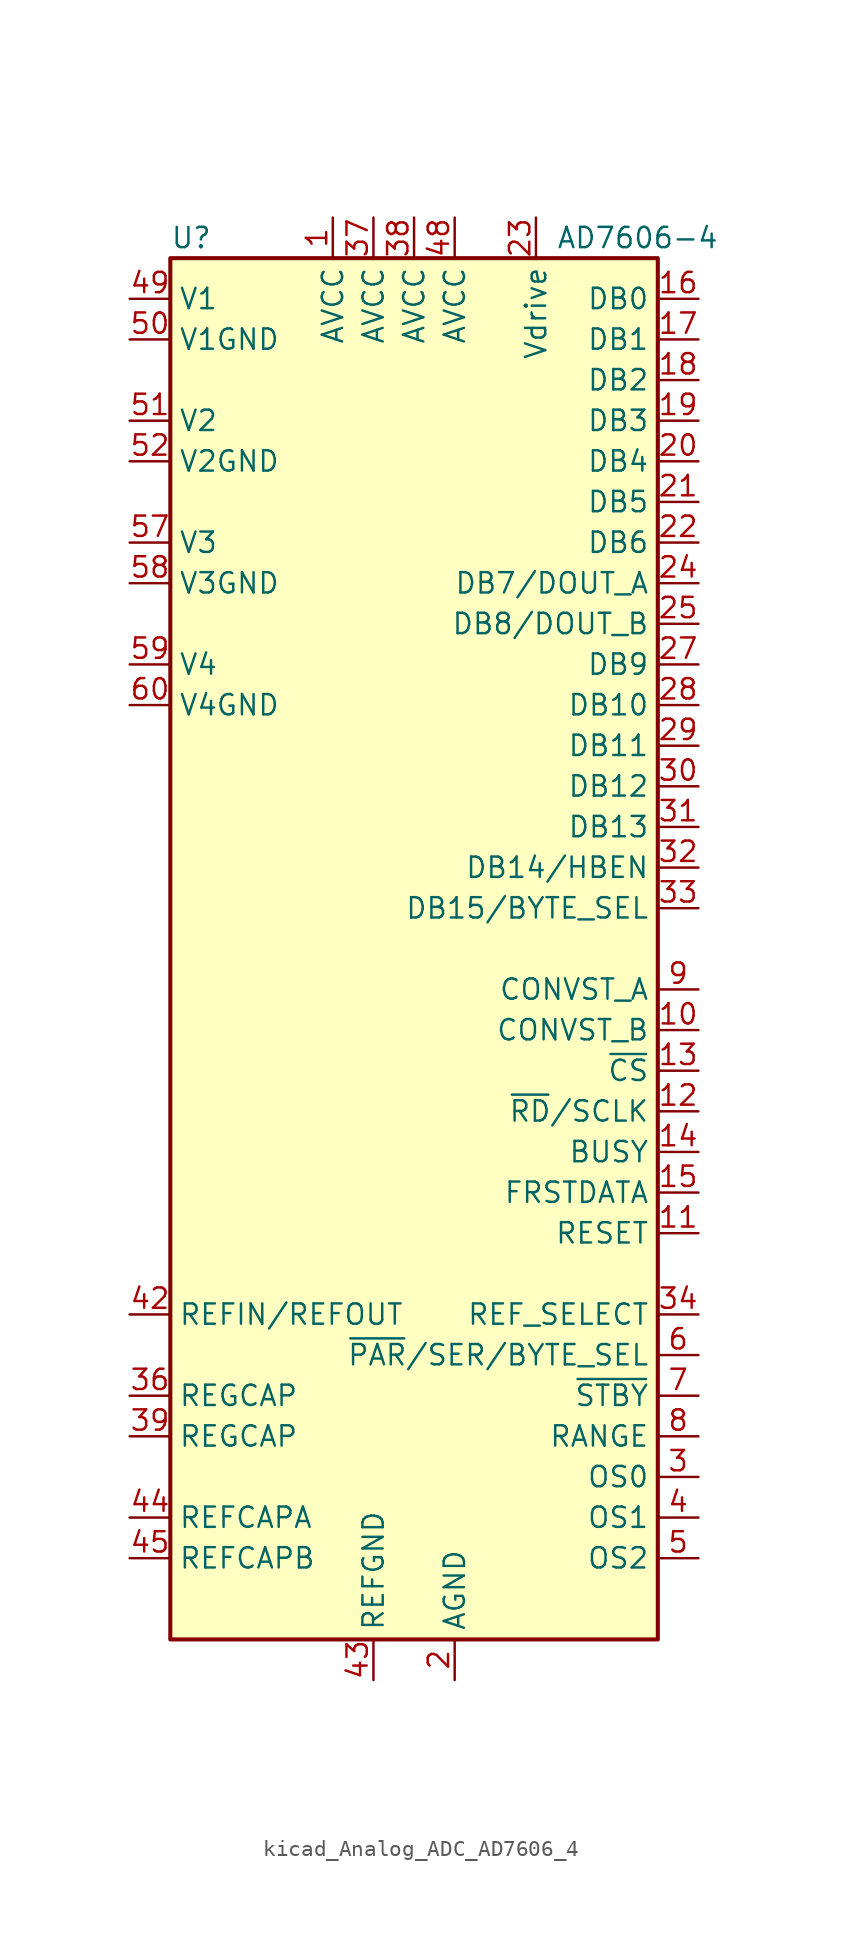
<source format=kicad_sym>
(kicad_symbol_lib
  (version 20220914)
  (generator kicad_symbol_editor)
  (symbol "kicad_Analog_ADC_AD7606_4"
    (property "Reference" "U"
      (at -15.24 44.45 0)
      (effects (font (size 1.27 1.27)) (justify left)))
    (property "Value" "AD7606-4"
      (at 8.89 44.45 0)
      (effects (font (size 1.27 1.27)) (justify left)))
    (symbol "kicad_Analog_ADC_AD7606_4_1_1"
      (rectangle (start -15.24 43.18) (end 15.24 -43.18) (stroke (width 0.254) (type default)) (fill (type background)))
      (pin power_in line (at -5.08 45.72 270) (length 2.54) (name "AVCC" (effects (font (size 1.27 1.27)))) (number "1" (effects (font (size 1.27 1.27)))))
      (pin input line (at 17.78 -5.08 180) (length 2.54) (name "CONVST_B" (effects (font (size 1.27 1.27)))) (number "10" (effects (font (size 1.27 1.27)))))
      (pin input line (at 17.78 -17.78 180) (length 2.54) (name "RESET" (effects (font (size 1.27 1.27)))) (number "11" (effects (font (size 1.27 1.27)))))
      (pin input line (at 17.78 -10.16 180) (length 2.54) (name "~{RD}/SCLK" (effects (font (size 1.27 1.27)))) (number "12" (effects (font (size 1.27 1.27)))))
      (pin input line (at 17.78 -7.62 180) (length 2.54) (name "~{CS}" (effects (font (size 1.27 1.27)))) (number "13" (effects (font (size 1.27 1.27)))))
      (pin output line (at 17.78 -12.7 180) (length 2.54) (name "BUSY" (effects (font (size 1.27 1.27)))) (number "14" (effects (font (size 1.27 1.27)))))
      (pin output line (at 17.78 -15.24 180) (length 2.54) (name "FRSTDATA" (effects (font (size 1.27 1.27)))) (number "15" (effects (font (size 1.27 1.27)))))
      (pin output line (at 17.78 40.64 180) (length 2.54) (name "DB0" (effects (font (size 1.27 1.27)))) (number "16" (effects (font (size 1.27 1.27)))))
      (pin output line (at 17.78 38.1 180) (length 2.54) (name "DB1" (effects (font (size 1.27 1.27)))) (number "17" (effects (font (size 1.27 1.27)))))
      (pin output line (at 17.78 35.56 180) (length 2.54) (name "DB2" (effects (font (size 1.27 1.27)))) (number "18" (effects (font (size 1.27 1.27)))))
      (pin output line (at 17.78 33.02 180) (length 2.54) (name "DB3" (effects (font (size 1.27 1.27)))) (number "19" (effects (font (size 1.27 1.27)))))
      (pin power_in line (at 2.54 -45.72 90) (length 2.54) (name "AGND" (effects (font (size 1.27 1.27)))) (number "2" (effects (font (size 1.27 1.27)))))
      (pin output line (at 17.78 30.48 180) (length 2.54) (name "DB4" (effects (font (size 1.27 1.27)))) (number "20" (effects (font (size 1.27 1.27)))))
      (pin output line (at 17.78 27.94 180) (length 2.54) (name "DB5" (effects (font (size 1.27 1.27)))) (number "21" (effects (font (size 1.27 1.27)))))
      (pin output line (at 17.78 25.4 180) (length 2.54) (name "DB6" (effects (font (size 1.27 1.27)))) (number "22" (effects (font (size 1.27 1.27)))))
      (pin power_in line (at 7.62 45.72 270) (length 2.54) (name "Vdrive" (effects (font (size 1.27 1.27)))) (number "23" (effects (font (size 1.27 1.27)))))
      (pin output line (at 17.78 22.86 180) (length 2.54) (name "DB7/DOUT_A" (effects (font (size 1.27 1.27)))) (number "24" (effects (font (size 1.27 1.27)))))
      (pin output line (at 17.78 20.32 180) (length 2.54) (name "DB8/DOUT_B" (effects (font (size 1.27 1.27)))) (number "25" (effects (font (size 1.27 1.27)))))
      (pin passive line (at 2.54 -45.72 90) (length 2.54) hide (name "AGND" (effects (font (size 1.27 1.27)))) (number "26" (effects (font (size 1.27 1.27)))))
      (pin output line (at 17.78 17.78 180) (length 2.54) (name "DB9" (effects (font (size 1.27 1.27)))) (number "27" (effects (font (size 1.27 1.27)))))
      (pin output line (at 17.78 15.24 180) (length 2.54) (name "DB10" (effects (font (size 1.27 1.27)))) (number "28" (effects (font (size 1.27 1.27)))))
      (pin output line (at 17.78 12.7 180) (length 2.54) (name "DB11" (effects (font (size 1.27 1.27)))) (number "29" (effects (font (size 1.27 1.27)))))
      (pin input line (at 17.78 -33.02 180) (length 2.54) (name "OS0" (effects (font (size 1.27 1.27)))) (number "3" (effects (font (size 1.27 1.27)))))
      (pin output line (at 17.78 10.16 180) (length 2.54) (name "DB12" (effects (font (size 1.27 1.27)))) (number "30" (effects (font (size 1.27 1.27)))))
      (pin output line (at 17.78 7.62 180) (length 2.54) (name "DB13" (effects (font (size 1.27 1.27)))) (number "31" (effects (font (size 1.27 1.27)))))
      (pin bidirectional line (at 17.78 5.08 180) (length 2.54) (name "DB14/HBEN" (effects (font (size 1.27 1.27)))) (number "32" (effects (font (size 1.27 1.27)))))
      (pin bidirectional line (at 17.78 2.54 180) (length 2.54) (name "DB15/BYTE_SEL" (effects (font (size 1.27 1.27)))) (number "33" (effects (font (size 1.27 1.27)))))
      (pin input line (at 17.78 -22.86 180) (length 2.54) (name "REF_SELECT" (effects (font (size 1.27 1.27)))) (number "34" (effects (font (size 1.27 1.27)))))
      (pin passive line (at 2.54 -45.72 90) (length 2.54) hide (name "AGND" (effects (font (size 1.27 1.27)))) (number "35" (effects (font (size 1.27 1.27)))))
      (pin passive line (at -17.78 -27.94 0) (length 2.54) (name "REGCAP" (effects (font (size 1.27 1.27)))) (number "36" (effects (font (size 1.27 1.27)))))
      (pin power_in line (at -2.54 45.72 270) (length 2.54) (name "AVCC" (effects (font (size 1.27 1.27)))) (number "37" (effects (font (size 1.27 1.27)))))
      (pin power_in line (at 0 45.72 270) (length 2.54) (name "AVCC" (effects (font (size 1.27 1.27)))) (number "38" (effects (font (size 1.27 1.27)))))
      (pin passive line (at -17.78 -30.48 0) (length 2.54) (name "REGCAP" (effects (font (size 1.27 1.27)))) (number "39" (effects (font (size 1.27 1.27)))))
      (pin input line (at 17.78 -35.56 180) (length 2.54) (name "OS1" (effects (font (size 1.27 1.27)))) (number "4" (effects (font (size 1.27 1.27)))))
      (pin passive line (at 2.54 -45.72 90) (length 2.54) hide (name "AGND" (effects (font (size 1.27 1.27)))) (number "40" (effects (font (size 1.27 1.27)))))
      (pin passive line (at 2.54 -45.72 90) (length 2.54) hide (name "AGND" (effects (font (size 1.27 1.27)))) (number "41" (effects (font (size 1.27 1.27)))))
      (pin passive line (at -17.78 -22.86 0) (length 2.54) (name "REFIN/REFOUT" (effects (font (size 1.27 1.27)))) (number "42" (effects (font (size 1.27 1.27)))))
      (pin power_in line (at -2.54 -45.72 90) (length 2.54) (name "REFGND" (effects (font (size 1.27 1.27)))) (number "43" (effects (font (size 1.27 1.27)))))
      (pin passive line (at -17.78 -35.56 0) (length 2.54) (name "REFCAPA" (effects (font (size 1.27 1.27)))) (number "44" (effects (font (size 1.27 1.27)))))
      (pin passive line (at -17.78 -38.1 0) (length 2.54) (name "REFCAPB" (effects (font (size 1.27 1.27)))) (number "45" (effects (font (size 1.27 1.27)))))
      (pin passive line (at -2.54 -45.72 90) (length 2.54) hide (name "REFGND" (effects (font (size 1.27 1.27)))) (number "46" (effects (font (size 1.27 1.27)))))
      (pin passive line (at 2.54 -45.72 90) (length 2.54) hide (name "AGND" (effects (font (size 1.27 1.27)))) (number "47" (effects (font (size 1.27 1.27)))))
      (pin power_in line (at 2.54 45.72 270) (length 2.54) (name "AVCC" (effects (font (size 1.27 1.27)))) (number "48" (effects (font (size 1.27 1.27)))))
      (pin input line (at -17.78 40.64 0) (length 2.54) (name "V1" (effects (font (size 1.27 1.27)))) (number "49" (effects (font (size 1.27 1.27)))))
      (pin input line (at 17.78 -38.1 180) (length 2.54) (name "OS2" (effects (font (size 1.27 1.27)))) (number "5" (effects (font (size 1.27 1.27)))))
      (pin input line (at -17.78 38.1 0) (length 2.54) (name "V1GND" (effects (font (size 1.27 1.27)))) (number "50" (effects (font (size 1.27 1.27)))))
      (pin input line (at -17.78 33.02 0) (length 2.54) (name "V2" (effects (font (size 1.27 1.27)))) (number "51" (effects (font (size 1.27 1.27)))))
      (pin input line (at -17.78 30.48 0) (length 2.54) (name "V2GND" (effects (font (size 1.27 1.27)))) (number "52" (effects (font (size 1.27 1.27)))))
      (pin passive line (at 2.54 -45.72 90) (length 2.54) hide (name "AGND" (effects (font (size 1.27 1.27)))) (number "53" (effects (font (size 1.27 1.27)))))
      (pin passive line (at 2.54 -45.72 90) (length 2.54) hide (name "AGND" (effects (font (size 1.27 1.27)))) (number "54" (effects (font (size 1.27 1.27)))))
      (pin passive line (at 2.54 -45.72 90) (length 2.54) hide (name "AGND" (effects (font (size 1.27 1.27)))) (number "55" (effects (font (size 1.27 1.27)))))
      (pin passive line (at 2.54 -45.72 90) (length 2.54) hide (name "AGND" (effects (font (size 1.27 1.27)))) (number "56" (effects (font (size 1.27 1.27)))))
      (pin input line (at -17.78 25.4 0) (length 2.54) (name "V3" (effects (font (size 1.27 1.27)))) (number "57" (effects (font (size 1.27 1.27)))))
      (pin input line (at -17.78 22.86 0) (length 2.54) (name "V3GND" (effects (font (size 1.27 1.27)))) (number "58" (effects (font (size 1.27 1.27)))))
      (pin input line (at -17.78 17.78 0) (length 2.54) (name "V4" (effects (font (size 1.27 1.27)))) (number "59" (effects (font (size 1.27 1.27)))))
      (pin input line (at 17.78 -25.4 180) (length 2.54) (name "~{PAR}/SER/BYTE_SEL" (effects (font (size 1.27 1.27)))) (number "6" (effects (font (size 1.27 1.27)))))
      (pin input line (at -17.78 15.24 0) (length 2.54) (name "V4GND" (effects (font (size 1.27 1.27)))) (number "60" (effects (font (size 1.27 1.27)))))
      (pin passive line (at 2.54 -45.72 90) (length 2.54) hide (name "AGND" (effects (font (size 1.27 1.27)))) (number "61" (effects (font (size 1.27 1.27)))))
      (pin passive line (at 2.54 -45.72 90) (length 2.54) hide (name "AGND" (effects (font (size 1.27 1.27)))) (number "62" (effects (font (size 1.27 1.27)))))
      (pin passive line (at 2.54 -45.72 90) (length 2.54) hide (name "AGND" (effects (font (size 1.27 1.27)))) (number "63" (effects (font (size 1.27 1.27)))))
      (pin passive line (at 2.54 -45.72 90) (length 2.54) hide (name "AGND" (effects (font (size 1.27 1.27)))) (number "64" (effects (font (size 1.27 1.27)))))
      (pin input line (at 17.78 -27.94 180) (length 2.54) (name "~{STBY}" (effects (font (size 1.27 1.27)))) (number "7" (effects (font (size 1.27 1.27)))))
      (pin input line (at 17.78 -30.48 180) (length 2.54) (name "RANGE" (effects (font (size 1.27 1.27)))) (number "8" (effects (font (size 1.27 1.27)))))
      (pin input line (at 17.78 -2.54 180) (length 2.54) (name "CONVST_A" (effects (font (size 1.27 1.27)))) (number "9" (effects (font (size 1.27 1.27))))))))
</source>
